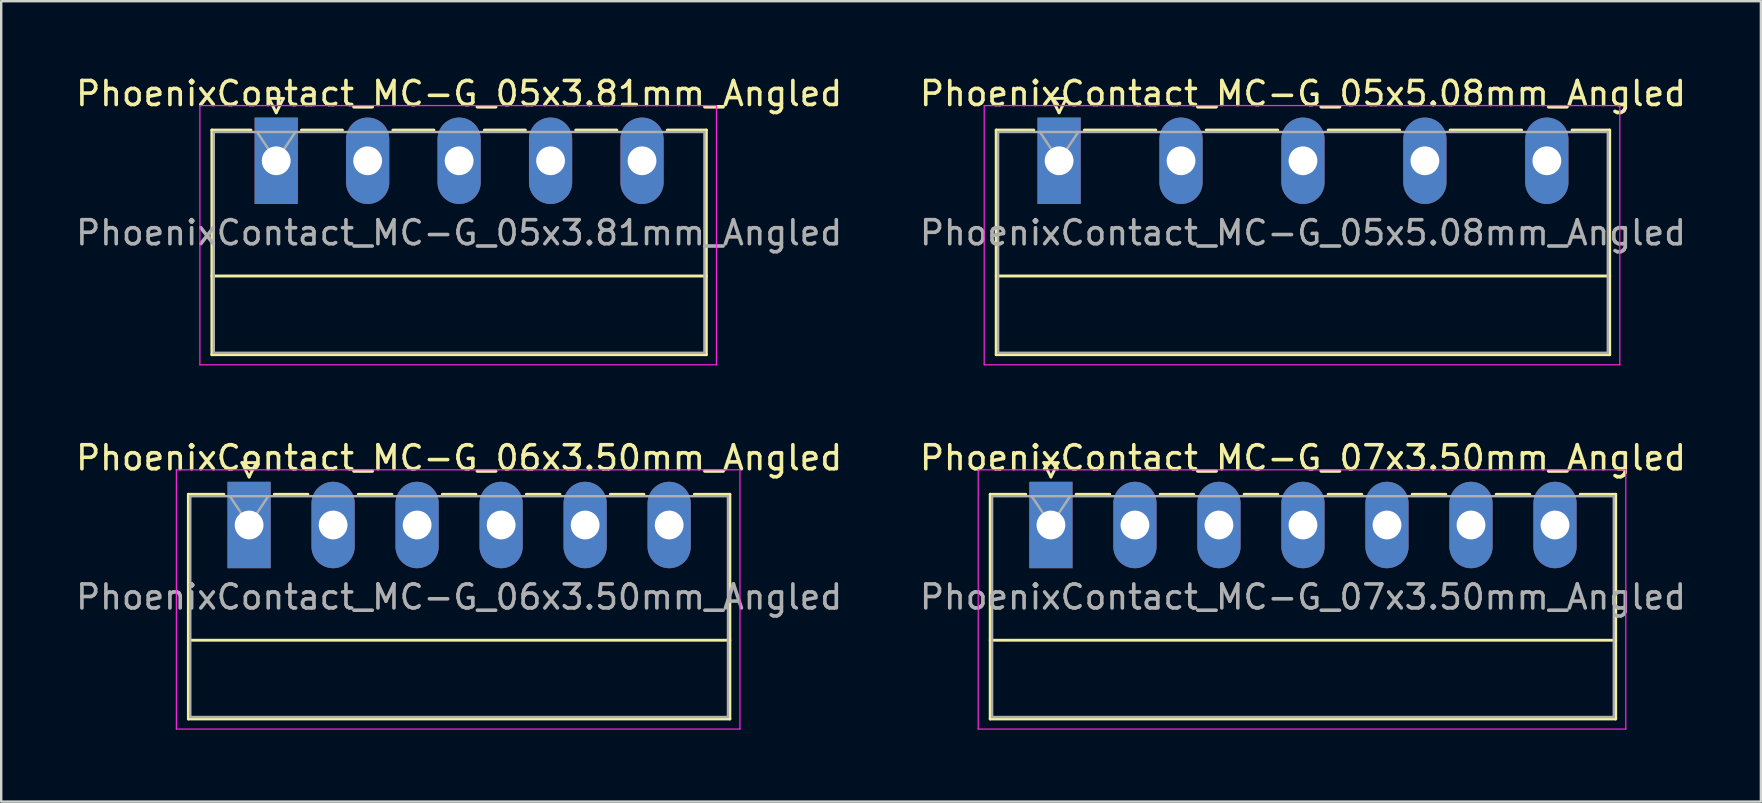
<source format=kicad_pcb>
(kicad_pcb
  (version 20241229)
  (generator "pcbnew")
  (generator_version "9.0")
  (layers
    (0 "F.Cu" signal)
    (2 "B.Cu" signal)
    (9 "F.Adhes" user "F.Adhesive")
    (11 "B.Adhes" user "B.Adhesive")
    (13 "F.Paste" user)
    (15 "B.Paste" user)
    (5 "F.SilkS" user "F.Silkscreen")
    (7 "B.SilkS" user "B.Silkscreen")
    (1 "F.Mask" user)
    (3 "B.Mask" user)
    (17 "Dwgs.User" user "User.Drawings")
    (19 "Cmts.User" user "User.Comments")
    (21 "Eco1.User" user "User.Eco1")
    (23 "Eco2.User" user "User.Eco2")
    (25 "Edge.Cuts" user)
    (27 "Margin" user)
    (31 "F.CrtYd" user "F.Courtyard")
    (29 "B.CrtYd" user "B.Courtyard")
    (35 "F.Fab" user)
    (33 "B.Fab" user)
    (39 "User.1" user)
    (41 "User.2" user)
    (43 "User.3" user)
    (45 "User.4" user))
  (footprint "PhoenixContact_MC-G_06x3.50mm_Angled"
    (layer "F.Cu")
    (at 7.327 18.822)
    (property "Reference" "PhoenixContact_MC-G_06x3.50mm_Angled" (at 8.75 -2.8 0) (layer "F.SilkS") (effects (font (size 1 1) (thickness 0.15))))
    (attr through_hole)
    (fp_line (start -2.53 -1.28) (end -2.53 8.08) (stroke (width 0.12) (type solid)) (layer "F.SilkS"))
    (fp_line (start -2.53 -1.28) (end -1.05 -1.28) (stroke (width 0.12) (type solid)) (layer "F.SilkS"))
    (fp_line (start -2.53 4.8) (end 20.03 4.8) (stroke (width 0.12) (type solid)) (layer "F.SilkS"))
    (fp_line (start -2.53 8.08) (end 20.03 8.08) (stroke (width 0.12) (type solid)) (layer "F.SilkS"))
    (fp_line (start -0.3 -2.6) (end 0.3 -2.6) (stroke (width 0.12) (type solid)) (layer "F.SilkS"))
    (fp_line (start 0 -2) (end -0.3 -2.6) (stroke (width 0.12) (type solid)) (layer "F.SilkS"))
    (fp_line (start 0.3 -2.6) (end 0 -2) (stroke (width 0.12) (type solid)) (layer "F.SilkS"))
    (fp_line (start 1.05 -1.28) (end 2.45 -1.28) (stroke (width 0.12) (type solid)) (layer "F.SilkS"))
    (fp_line (start 4.55 -1.28) (end 5.95 -1.28) (stroke (width 0.12) (type solid)) (layer "F.SilkS"))
    (fp_line (start 8.05 -1.28) (end 9.45 -1.28) (stroke (width 0.12) (type solid)) (layer "F.SilkS"))
    (fp_line (start 11.55 -1.28) (end 12.95 -1.28) (stroke (width 0.12) (type solid)) (layer "F.SilkS"))
    (fp_line (start 15.05 -1.28) (end 16.45 -1.28) (stroke (width 0.12) (type solid)) (layer "F.SilkS"))
    (fp_line (start 20.03 -1.28) (end 18.55 -1.28) (stroke (width 0.12) (type solid)) (layer "F.SilkS"))
    (fp_line (start 20.03 8.08) (end 20.03 -1.28) (stroke (width 0.12) (type solid)) (layer "F.SilkS"))
    (fp_line (start -3.03 -2.3) (end -3.03 8.5) (stroke (width 0.05) (type solid)) (layer "F.CrtYd"))
    (fp_line (start -3.03 8.5) (end 20.45 8.5) (stroke (width 0.05) (type solid)) (layer "F.CrtYd"))
    (fp_line (start 20.45 -2.3) (end -3.03 -2.3) (stroke (width 0.05) (type solid)) (layer "F.CrtYd"))
    (fp_line (start 20.45 8.5) (end 20.45 -2.3) (stroke (width 0.05) (type solid)) (layer "F.CrtYd"))
    (fp_line (start -2.45 -1.2) (end -2.45 8) (stroke (width 0.1) (type solid)) (layer "F.Fab"))
    (fp_line (start -2.45 8) (end 19.95 8) (stroke (width 0.1) (type solid)) (layer "F.Fab"))
    (fp_line (start 0 0) (end -0.8 -1.2) (stroke (width 0.1) (type solid)) (layer "F.Fab"))
    (fp_line (start 0.8 -1.2) (end 0 0) (stroke (width 0.1) (type solid)) (layer "F.Fab"))
    (fp_line (start 19.95 -1.2) (end -2.45 -1.2) (stroke (width 0.1) (type solid)) (layer "F.Fab"))
    (fp_line (start 19.95 8) (end 19.95 -1.2) (stroke (width 0.1) (type solid)) (layer "F.Fab"))
    (fp_text user "${REFERENCE}" (at 8.75 3 0) (layer "F.Fab") (effects (font (size 1 1) (thickness 0.15))))
    (pad "1" thru_hole rect (at 0 0) (size 1.8 3.6) (drill 1.2) (layers "*.Cu" "*.Mask"))
    (pad "2" thru_hole oval (at 3.5 0) (size 1.8 3.6) (drill 1.2) (layers "*.Cu" "*.Mask"))
    (pad "3" thru_hole oval (at 7 0) (size 1.8 3.6) (drill 1.2) (layers "*.Cu" "*.Mask"))
    (pad "4" thru_hole oval (at 10.5 0) (size 1.8 3.6) (drill 1.2) (layers "*.Cu" "*.Mask"))
    (pad "5" thru_hole oval (at 14 0) (size 1.8 3.6) (drill 1.2) (layers "*.Cu" "*.Mask"))
    (pad "6" thru_hole oval (at 17.5 0) (size 1.8 3.6) (drill 1.2) (layers "*.Cu" "*.Mask")))
  (footprint "PhoenixContact_MC-G_05x5.08mm_Angled"
    (layer "F.Cu")
    (at 41.072 3.648)
    (property "Reference" "PhoenixContact_MC-G_05x5.08mm_Angled" (at 10.16 -2.8 0) (layer "F.SilkS") (effects (font (size 1 1) (thickness 0.15))))
    (attr through_hole)
    (fp_line (start -2.62 -1.28) (end -2.62 8.08) (stroke (width 0.12) (type solid)) (layer "F.SilkS"))
    (fp_line (start -2.62 -1.28) (end -1.05 -1.28) (stroke (width 0.12) (type solid)) (layer "F.SilkS"))
    (fp_line (start -2.62 4.8) (end 22.94 4.8) (stroke (width 0.12) (type solid)) (layer "F.SilkS"))
    (fp_line (start -2.62 8.08) (end 22.94 8.08) (stroke (width 0.12) (type solid)) (layer "F.SilkS"))
    (fp_line (start -0.3 -2.6) (end 0.3 -2.6) (stroke (width 0.12) (type solid)) (layer "F.SilkS"))
    (fp_line (start 0 -2) (end -0.3 -2.6) (stroke (width 0.12) (type solid)) (layer "F.SilkS"))
    (fp_line (start 0.3 -2.6) (end 0 -2) (stroke (width 0.12) (type solid)) (layer "F.SilkS"))
    (fp_line (start 1.05 -1.28) (end 4.03 -1.28) (stroke (width 0.12) (type solid)) (layer "F.SilkS"))
    (fp_line (start 6.13 -1.28) (end 9.11 -1.28) (stroke (width 0.12) (type solid)) (layer "F.SilkS"))
    (fp_line (start 11.21 -1.28) (end 14.19 -1.28) (stroke (width 0.12) (type solid)) (layer "F.SilkS"))
    (fp_line (start 16.29 -1.28) (end 19.27 -1.28) (stroke (width 0.12) (type solid)) (layer "F.SilkS"))
    (fp_line (start 22.94 -1.28) (end 21.37 -1.28) (stroke (width 0.12) (type solid)) (layer "F.SilkS"))
    (fp_line (start 22.94 8.08) (end 22.94 -1.28) (stroke (width 0.12) (type solid)) (layer "F.SilkS"))
    (fp_line (start -3.12 -2.3) (end -3.12 8.5) (stroke (width 0.05) (type solid)) (layer "F.CrtYd"))
    (fp_line (start -3.12 8.5) (end 23.36 8.5) (stroke (width 0.05) (type solid)) (layer "F.CrtYd"))
    (fp_line (start 23.36 -2.3) (end -3.12 -2.3) (stroke (width 0.05) (type solid)) (layer "F.CrtYd"))
    (fp_line (start 23.36 8.5) (end 23.36 -2.3) (stroke (width 0.05) (type solid)) (layer "F.CrtYd"))
    (fp_line (start -2.54 -1.2) (end -2.54 8) (stroke (width 0.1) (type solid)) (layer "F.Fab"))
    (fp_line (start -2.54 8) (end 22.86 8) (stroke (width 0.1) (type solid)) (layer "F.Fab"))
    (fp_line (start 0 0) (end -0.8 -1.2) (stroke (width 0.1) (type solid)) (layer "F.Fab"))
    (fp_line (start 0.8 -1.2) (end 0 0) (stroke (width 0.1) (type solid)) (layer "F.Fab"))
    (fp_line (start 22.86 -1.2) (end -2.54 -1.2) (stroke (width 0.1) (type solid)) (layer "F.Fab"))
    (fp_line (start 22.86 8) (end 22.86 -1.2) (stroke (width 0.1) (type solid)) (layer "F.Fab"))
    (fp_text user "${REFERENCE}" (at 10.16 3 0) (layer "F.Fab") (effects (font (size 1 1) (thickness 0.15))))
    (pad "1" thru_hole rect (at 0 0) (size 1.8 3.6) (drill 1.2) (layers "*.Cu" "*.Mask"))
    (pad "2" thru_hole oval (at 5.08 0) (size 1.8 3.6) (drill 1.2) (layers "*.Cu" "*.Mask"))
    (pad "3" thru_hole oval (at 10.16 0) (size 1.8 3.6) (drill 1.2) (layers "*.Cu" "*.Mask"))
    (pad "4" thru_hole oval (at 15.24 0) (size 1.8 3.6) (drill 1.2) (layers "*.Cu" "*.Mask"))
    (pad "5" thru_hole oval (at 20.32 0) (size 1.8 3.6) (drill 1.2) (layers "*.Cu" "*.Mask")))
  (footprint "PhoenixContact_MC-G_05x3.81mm_Angled"
    (layer "F.Cu")
    (at 8.457 3.648)
    (property "Reference" "PhoenixContact_MC-G_05x3.81mm_Angled" (at 7.62 -2.8 0) (layer "F.SilkS") (effects (font (size 1 1) (thickness 0.15))))
    (attr through_hole)
    (fp_line (start -2.68 -1.28) (end -2.68 8.08) (stroke (width 0.12) (type solid)) (layer "F.SilkS"))
    (fp_line (start -2.68 -1.28) (end -1.05 -1.28) (stroke (width 0.12) (type solid)) (layer "F.SilkS"))
    (fp_line (start -2.68 4.8) (end 17.92 4.8) (stroke (width 0.12) (type solid)) (layer "F.SilkS"))
    (fp_line (start -2.68 8.08) (end 17.92 8.08) (stroke (width 0.12) (type solid)) (layer "F.SilkS"))
    (fp_line (start -0.3 -2.6) (end 0.3 -2.6) (stroke (width 0.12) (type solid)) (layer "F.SilkS"))
    (fp_line (start 0 -2) (end -0.3 -2.6) (stroke (width 0.12) (type solid)) (layer "F.SilkS"))
    (fp_line (start 0.3 -2.6) (end 0 -2) (stroke (width 0.12) (type solid)) (layer "F.SilkS"))
    (fp_line (start 1.05 -1.28) (end 2.76 -1.28) (stroke (width 0.12) (type solid)) (layer "F.SilkS"))
    (fp_line (start 4.86 -1.28) (end 6.57 -1.28) (stroke (width 0.12) (type solid)) (layer "F.SilkS"))
    (fp_line (start 8.67 -1.28) (end 10.38 -1.28) (stroke (width 0.12) (type solid)) (layer "F.SilkS"))
    (fp_line (start 12.48 -1.28) (end 14.19 -1.28) (stroke (width 0.12) (type solid)) (layer "F.SilkS"))
    (fp_line (start 17.92 -1.28) (end 16.29 -1.28) (stroke (width 0.12) (type solid)) (layer "F.SilkS"))
    (fp_line (start 17.92 8.08) (end 17.92 -1.28) (stroke (width 0.12) (type solid)) (layer "F.SilkS"))
    (fp_line (start -3.18 -2.3) (end -3.18 8.5) (stroke (width 0.05) (type solid)) (layer "F.CrtYd"))
    (fp_line (start -3.18 8.5) (end 18.34 8.5) (stroke (width 0.05) (type solid)) (layer "F.CrtYd"))
    (fp_line (start 18.34 -2.3) (end -3.18 -2.3) (stroke (width 0.05) (type solid)) (layer "F.CrtYd"))
    (fp_line (start 18.34 8.5) (end 18.34 -2.3) (stroke (width 0.05) (type solid)) (layer "F.CrtYd"))
    (fp_line (start -2.6 -1.2) (end -2.6 8) (stroke (width 0.1) (type solid)) (layer "F.Fab"))
    (fp_line (start -2.6 8) (end 17.84 8) (stroke (width 0.1) (type solid)) (layer "F.Fab"))
    (fp_line (start 0 0) (end -0.8 -1.2) (stroke (width 0.1) (type solid)) (layer "F.Fab"))
    (fp_line (start 0.8 -1.2) (end 0 0) (stroke (width 0.1) (type solid)) (layer "F.Fab"))
    (fp_line (start 17.84 -1.2) (end -2.6 -1.2) (stroke (width 0.1) (type solid)) (layer "F.Fab"))
    (fp_line (start 17.84 8) (end 17.84 -1.2) (stroke (width 0.1) (type solid)) (layer "F.Fab"))
    (fp_text user "${REFERENCE}" (at 7.62 3 0) (layer "F.Fab") (effects (font (size 1 1) (thickness 0.15))))
    (pad "1" thru_hole rect (at 0 0) (size 1.8 3.6) (drill 1.2) (layers "*.Cu" "*.Mask"))
    (pad "2" thru_hole oval (at 3.81 0) (size 1.8 3.6) (drill 1.2) (layers "*.Cu" "*.Mask"))
    (pad "3" thru_hole oval (at 7.62 0) (size 1.8 3.6) (drill 1.2) (layers "*.Cu" "*.Mask"))
    (pad "4" thru_hole oval (at 11.43 0) (size 1.8 3.6) (drill 1.2) (layers "*.Cu" "*.Mask"))
    (pad "5" thru_hole oval (at 15.24 0) (size 1.8 3.6) (drill 1.2) (layers "*.Cu" "*.Mask")))
  (footprint "PhoenixContact_MC-G_07x3.50mm_Angled"
    (layer "F.Cu")
    (at 40.732 18.822)
    (property "Reference" "PhoenixContact_MC-G_07x3.50mm_Angled" (at 10.5 -2.8 0) (layer "F.SilkS") (effects (font (size 1 1) (thickness 0.15))))
    (attr through_hole)
    (fp_line (start -2.53 -1.28) (end -2.53 8.08) (stroke (width 0.12) (type solid)) (layer "F.SilkS"))
    (fp_line (start -2.53 -1.28) (end -1.05 -1.28) (stroke (width 0.12) (type solid)) (layer "F.SilkS"))
    (fp_line (start -2.53 4.8) (end 23.53 4.8) (stroke (width 0.12) (type solid)) (layer "F.SilkS"))
    (fp_line (start -2.53 8.08) (end 23.53 8.08) (stroke (width 0.12) (type solid)) (layer "F.SilkS"))
    (fp_line (start -0.3 -2.6) (end 0.3 -2.6) (stroke (width 0.12) (type solid)) (layer "F.SilkS"))
    (fp_line (start 0 -2) (end -0.3 -2.6) (stroke (width 0.12) (type solid)) (layer "F.SilkS"))
    (fp_line (start 0.3 -2.6) (end 0 -2) (stroke (width 0.12) (type solid)) (layer "F.SilkS"))
    (fp_line (start 1.05 -1.28) (end 2.45 -1.28) (stroke (width 0.12) (type solid)) (layer "F.SilkS"))
    (fp_line (start 4.55 -1.28) (end 5.95 -1.28) (stroke (width 0.12) (type solid)) (layer "F.SilkS"))
    (fp_line (start 8.05 -1.28) (end 9.45 -1.28) (stroke (width 0.12) (type solid)) (layer "F.SilkS"))
    (fp_line (start 11.55 -1.28) (end 12.95 -1.28) (stroke (width 0.12) (type solid)) (layer "F.SilkS"))
    (fp_line (start 15.05 -1.28) (end 16.45 -1.28) (stroke (width 0.12) (type solid)) (layer "F.SilkS"))
    (fp_line (start 18.55 -1.28) (end 19.95 -1.28) (stroke (width 0.12) (type solid)) (layer "F.SilkS"))
    (fp_line (start 23.53 -1.28) (end 22.05 -1.28) (stroke (width 0.12) (type solid)) (layer "F.SilkS"))
    (fp_line (start 23.53 8.08) (end 23.53 -1.28) (stroke (width 0.12) (type solid)) (layer "F.SilkS"))
    (fp_line (start -3.03 -2.3) (end -3.03 8.5) (stroke (width 0.05) (type solid)) (layer "F.CrtYd"))
    (fp_line (start -3.03 8.5) (end 23.95 8.5) (stroke (width 0.05) (type solid)) (layer "F.CrtYd"))
    (fp_line (start 23.95 -2.3) (end -3.03 -2.3) (stroke (width 0.05) (type solid)) (layer "F.CrtYd"))
    (fp_line (start 23.95 8.5) (end 23.95 -2.3) (stroke (width 0.05) (type solid)) (layer "F.CrtYd"))
    (fp_line (start -2.45 -1.2) (end -2.45 8) (stroke (width 0.1) (type solid)) (layer "F.Fab"))
    (fp_line (start -2.45 8) (end 23.45 8) (stroke (width 0.1) (type solid)) (layer "F.Fab"))
    (fp_line (start 0 0) (end -0.8 -1.2) (stroke (width 0.1) (type solid)) (layer "F.Fab"))
    (fp_line (start 0.8 -1.2) (end 0 0) (stroke (width 0.1) (type solid)) (layer "F.Fab"))
    (fp_line (start 23.45 -1.2) (end -2.45 -1.2) (stroke (width 0.1) (type solid)) (layer "F.Fab"))
    (fp_line (start 23.45 8) (end 23.45 -1.2) (stroke (width 0.1) (type solid)) (layer "F.Fab"))
    (fp_text user "${REFERENCE}" (at 10.5 3 0) (layer "F.Fab") (effects (font (size 1 1) (thickness 0.15))))
    (pad "1" thru_hole rect (at 0 0) (size 1.8 3.6) (drill 1.2) (layers "*.Cu" "*.Mask"))
    (pad "2" thru_hole oval (at 3.5 0) (size 1.8 3.6) (drill 1.2) (layers "*.Cu" "*.Mask"))
    (pad "3" thru_hole oval (at 7 0) (size 1.8 3.6) (drill 1.2) (layers "*.Cu" "*.Mask"))
    (pad "4" thru_hole oval (at 10.5 0) (size 1.8 3.6) (drill 1.2) (layers "*.Cu" "*.Mask"))
    (pad "5" thru_hole oval (at 14 0) (size 1.8 3.6) (drill 1.2) (layers "*.Cu" "*.Mask"))
    (pad "6" thru_hole oval (at 17.5 0) (size 1.8 3.6) (drill 1.2) (layers "*.Cu" "*.Mask"))
    (pad "7" thru_hole oval (at 21 0) (size 1.8 3.6) (drill 1.2) (layers "*.Cu" "*.Mask")))
  (gr_rect
    (start -3 -3)
    (end 70.31 30.346)
    (stroke (width 0.1) (type default))
    (fill no)
    (layer "Edge.Cuts")))
</source>
